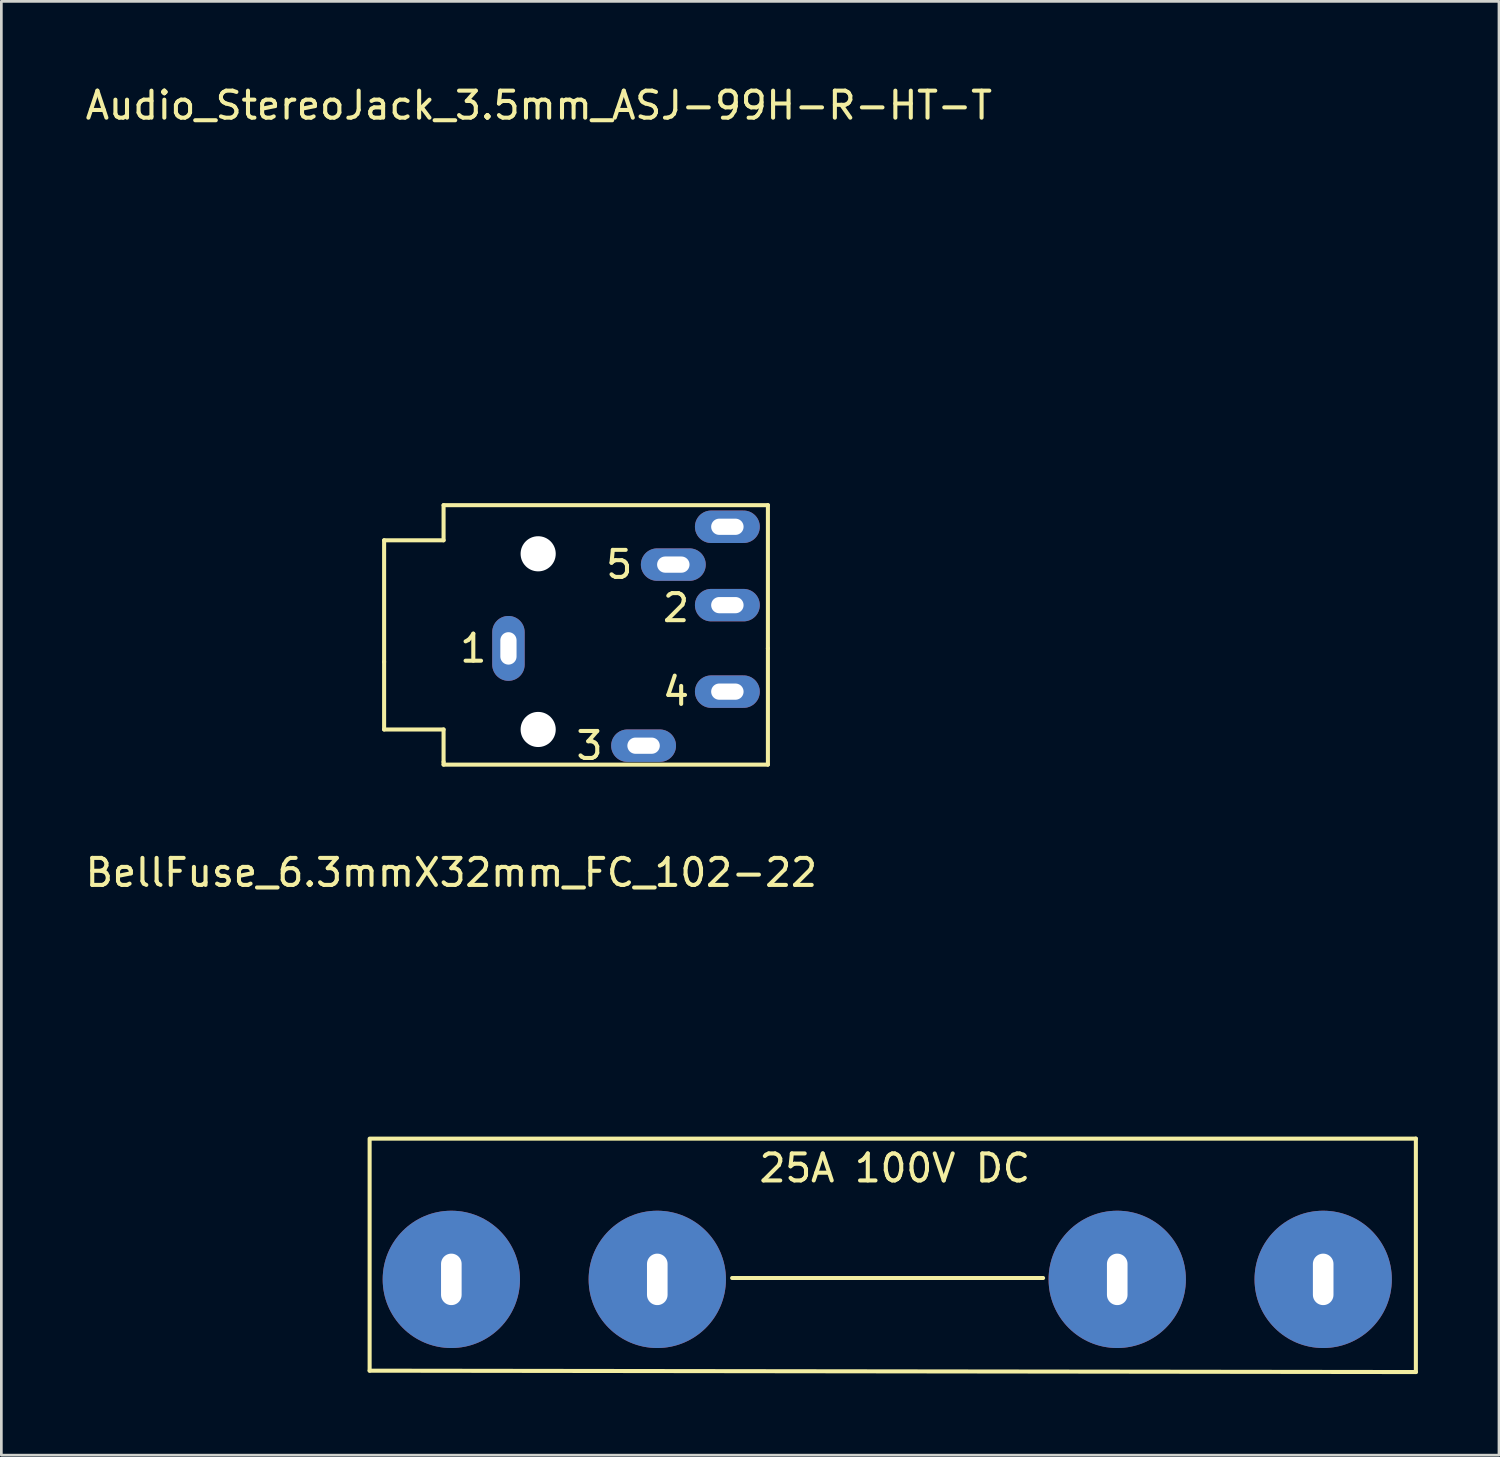
<source format=kicad_pcb>
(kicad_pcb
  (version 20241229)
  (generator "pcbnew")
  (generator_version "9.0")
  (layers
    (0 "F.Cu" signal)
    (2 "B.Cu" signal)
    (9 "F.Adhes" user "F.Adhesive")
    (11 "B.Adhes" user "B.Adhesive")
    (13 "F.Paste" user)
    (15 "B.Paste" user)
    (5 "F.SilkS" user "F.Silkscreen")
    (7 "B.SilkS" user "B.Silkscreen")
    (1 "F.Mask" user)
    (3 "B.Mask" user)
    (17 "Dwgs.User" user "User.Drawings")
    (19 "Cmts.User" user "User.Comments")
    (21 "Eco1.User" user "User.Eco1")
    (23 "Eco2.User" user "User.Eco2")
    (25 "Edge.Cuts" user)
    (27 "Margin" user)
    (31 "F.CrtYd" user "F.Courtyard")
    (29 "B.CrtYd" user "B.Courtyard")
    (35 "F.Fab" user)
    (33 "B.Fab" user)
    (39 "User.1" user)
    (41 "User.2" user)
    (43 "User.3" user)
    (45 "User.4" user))
  (footprint "BellFuse_6.3mmX32mm_FC_102-22"
    (layer "F.Cu")
    (at 13.649 44.286)
    (property "Reference" "BellFuse_6.3mmX32mm_FC_102-22" (at 0 -15.05 0) (layer "F.SilkS") (effects (font (size 1 1) (thickness 0.15))))
    (attr through_hole)
    (fp_line (start -3.023 -5.156) (end -3.023 3.378) (stroke (width 0.15) (type solid)) (layer "F.SilkS"))
    (fp_line (start -3.023 3.378) (end 35.687 3.429) (stroke (width 0.15) (type solid)) (layer "F.SilkS"))
    (fp_line (start 10.389 -0.051) (end 21.895 -0.051) (stroke (width 0.15) (type solid)) (layer "F.SilkS"))
    (fp_line (start 35.687 -5.207) (end -3.023 -5.207) (stroke (width 0.15) (type solid)) (layer "F.SilkS"))
    (fp_line (start 35.687 3.429) (end 35.687 -5.207) (stroke (width 0.15) (type solid)) (layer "F.SilkS"))
    (fp_text user "25A 100V DC" (at 16.408 -4.115 0) (layer "F.SilkS") (effects (font (size 1 1) (thickness 0.15))))
    (pad "1" thru_hole circle (at 0 0) (size 5.08 5.08) (drill oval 0.762 1.905) (layers "*.Cu" "*.Mask"))
    (pad "1" thru_hole circle (at 7.62 0) (size 5.08 5.08) (drill oval 0.762 1.905) (layers "*.Cu" "*.Mask"))
    (pad "2" thru_hole circle (at 24.638 0) (size 5.08 5.08) (drill oval 0.762 1.905) (layers "*.Cu" "*.Mask"))
    (pad "2" thru_hole circle (at 32.258 0) (size 5.08 5.08) (drill oval 0.762 1.905) (layers "*.Cu" "*.Mask")))
  (footprint "Audio_StereoJack_3.5mm_ASJ-99H-R-HT-T"
    (layer "F.Cu")
    (at 16.862 20.94)
    (property "Reference" "Audio_StereoJack_3.5mm_ASJ-99H-R-HT-T" (at 0.025 -20.091 0) (layer "F.SilkS") (effects (font (size 1 1) (thickness 0.15))))
    (attr through_hole)
    (fp_line (start -5.7 -4) (end -5.7 0.5) (stroke (width 0.15) (type solid)) (layer "F.SilkS"))
    (fp_line (start -5.7 0.5) (end -5.7 3) (stroke (width 0.15) (type solid)) (layer "F.SilkS"))
    (fp_line (start -5.7 3) (end -3.5 3) (stroke (width 0.15) (type solid)) (layer "F.SilkS"))
    (fp_line (start -3.5 -5.3) (end -3.5 -4) (stroke (width 0.15) (type solid)) (layer "F.SilkS"))
    (fp_line (start -3.5 -4) (end -5.7 -4) (stroke (width 0.15) (type solid)) (layer "F.SilkS"))
    (fp_line (start -3.5 3) (end -3.5 4.2) (stroke (width 0.15) (type solid)) (layer "F.SilkS"))
    (fp_line (start -3.5 4.2) (end -3.5 4.3) (stroke (width 0.15) (type solid)) (layer "F.SilkS"))
    (fp_line (start -3.5 4.3) (end 8.5 4.3) (stroke (width 0.15) (type solid)) (layer "F.SilkS"))
    (fp_line (start 8.5 -5.3) (end -3.5 -5.3) (stroke (width 0.15) (type solid)) (layer "F.SilkS"))
    (fp_line (start 8.5 0) (end 8.5 -5.3) (stroke (width 0.15) (type solid)) (layer "F.SilkS"))
    (fp_line (start 8.5 4.3) (end 8.5 0) (stroke (width 0.15) (type solid)) (layer "F.SilkS"))
    (fp_text user "3" (at 1.9 3.6 0) (layer "F.SilkS") (effects (font (size 1 1) (thickness 0.15))))
    (fp_text user "5" (at 3 -3.1 0) (layer "F.SilkS") (effects (font (size 1 1) (thickness 0.15))))
    (fp_text user "2" (at 5.1 -1.5 0) (layer "F.SilkS") (effects (font (size 1 1) (thickness 0.15))))
    (fp_text user "1" (at -2.4 0 0) (layer "F.SilkS") (effects (font (size 1 1) (thickness 0.15))))
    (fp_text user "4" (at 5.1 1.6 0) (layer "F.SilkS") (effects (font (size 1 1) (thickness 0.15))))
    (pad "" np_thru_hole circle (at 0 -3.5) (size 1.3 1.3) (drill 1.3) (layers "*.Cu" "*.Mask"))
    (pad "" np_thru_hole circle (at 0 3) (size 1.3 1.3) (drill 1.3) (layers "*.Cu" "*.Mask"))
    (pad "" thru_hole oval (at 5 -3.1) (size 2.4 1.2) (drill oval 1.2 0.6) (layers "*.Cu" "*.Mask"))
    (pad "" thru_hole oval (at 7 1.6) (size 2.4 1.2) (drill oval 1.2 0.6) (layers "*.Cu" "*.Mask"))
    (pad "6" thru_hole oval (at 7 -4.5) (size 2.4 1.2) (drill oval 1.2 0.6) (layers "*.Cu" "*.Mask"))
    (pad "R" thru_hole oval (at 7 -1.6) (size 2.4 1.2) (drill oval 1.2 0.6) (layers "*.Cu" "*.Mask"))
    (pad "S" thru_hole oval (at -1.1 0) (size 1.2 2.4) (drill oval 0.6 1.2) (layers "*.Cu" "*.Mask"))
    (pad "T" thru_hole oval (at 3.9 3.6) (size 2.4 1.2) (drill oval 1.2 0.6) (layers "*.Cu" "*.Mask")))
  (gr_rect
    (start -3 -3)
    (end 52.411 50.79)
    (stroke (width 0.1) (type default))
    (fill no)
    (layer "Edge.Cuts")))
</source>
